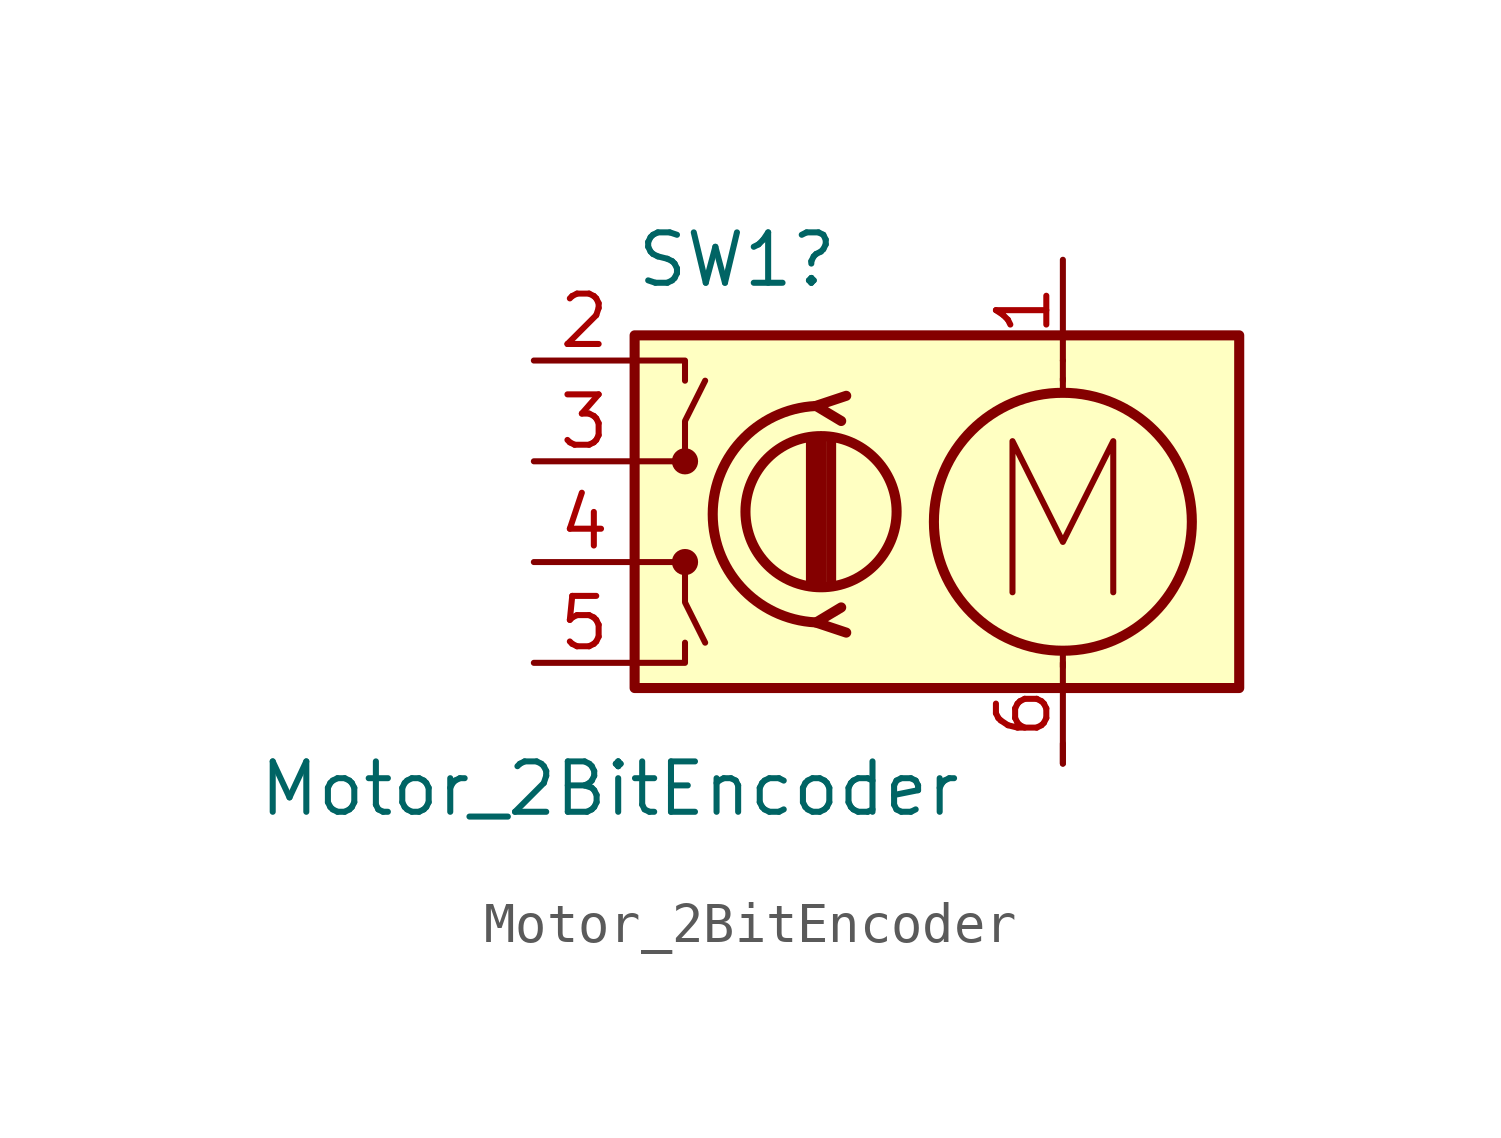
<source format=kicad_sym>
(kicad_symbol_lib
  (version 20220914)
  (generator kicad_symbol_editor)
  (symbol "Motor_2BitEncoder"
    (pin_names
      (offset 0.254) hide)
    (property "Reference" "SW1"
      (at -5.08 6.35 0)
      (effects (font (size 1.27 1.27)) (justify left)))
    (property "Value" "Motor_2BitEncoder"
      (at -14.605 -6.985 0)
      (effects (font (size 1.27 1.27)) (justify left)))
    (symbol "Motor_2BitEncoder_0_0"
      (polyline (pts (xy 4.445 -2.032) (xy 4.445 1.778) (xy 5.715 -0.762) (xy 6.985 1.778) (xy 6.985 -2.032)) (stroke (width 0) (type default)) (fill (type none))))
    (symbol "Motor_2BitEncoder_0_1"
      (rectangle (start -5.08 4.445) (end 10.16 -4.445) (stroke (width 0.254) (type default)) (fill (type background)))
      (circle (center -3.81 -1.27) (radius 0.254) (stroke (width 0) (type default)) (fill (type outline)))
      (circle (center -3.81 1.27) (radius 0.254) (stroke (width 0) (type default)) (fill (type outline)))
      (circle (center -0.381 0) (radius 1.905) (stroke (width 0.254) (type default)) (fill (type none)))
      (arc (start -0.381 2.667) (mid -3.0988 -0.0635) (end -0.381 -2.794) (stroke (width 0.254) (type default)) (fill (type none)))
      (polyline (pts (xy -0.635 -1.778) (xy -0.635 1.778)) (stroke (width 0.254) (type default)) (fill (type none)))
      (polyline (pts (xy -0.381 -1.778) (xy -0.381 1.778)) (stroke (width 0.254) (type default)) (fill (type none)))
      (polyline (pts (xy -0.127 1.778) (xy -0.127 -1.778)) (stroke (width 0.254) (type default)) (fill (type none)))
      (polyline (pts (xy 5.715 -6.35) (xy 5.715 -5.842)) (stroke (width 0) (type default)) (fill (type none)))
      (polyline (pts (xy 5.715 -3.505) (xy 5.715 -3.912)) (stroke (width 0) (type default)) (fill (type none)))
      (polyline (pts (xy 5.715 2.997) (xy 5.715 3.353)) (stroke (width 0) (type default)) (fill (type none)))
      (polyline (pts (xy 5.715 3.302) (xy 5.715 3.81)) (stroke (width 0) (type default)) (fill (type none)))
      (polyline (pts (xy -5.08 -3.81) (xy -3.81 -3.81) (xy -3.81 -3.302)) (stroke (width 0) (type default)) (fill (type none)))
      (polyline (pts (xy -5.08 3.81) (xy -3.81 3.81) (xy -3.81 3.302)) (stroke (width 0) (type default)) (fill (type none)))
      (polyline (pts (xy 0.254 -3.048) (xy -0.508 -2.794) (xy 0.127 -2.413)) (stroke (width 0.254) (type default)) (fill (type none)))
      (polyline (pts (xy 0.254 2.921) (xy -0.508 2.667) (xy 0.127 2.286)) (stroke (width 0.254) (type default)) (fill (type none)))
      (polyline (pts (xy -5.08 -1.27) (xy -3.81 -1.27) (xy -3.81 -2.286) (xy -3.302 -3.302)) (stroke (width 0) (type default)) (fill (type none)))
      (polyline (pts (xy -5.08 1.27) (xy -3.81 1.27) (xy -3.81 2.286) (xy -3.302 3.302)) (stroke (width 0) (type default)) (fill (type none)))
      (circle (center 5.715 -0.254) (radius 3.251) (stroke (width 0.254) (type default)) (fill (type none))))
    (symbol "Motor_2BitEncoder_1_1"
      (pin passive line (at 5.715 6.35 270) (length 2.54) (name "M1" (effects (font (size 1.27 1.27)))) (number "1" (effects (font (size 1.27 1.27)))))
      (pin passive line (at -7.62 3.81 0) (length 2.54) (name "VCC" (effects (font (size 1.27 1.27)))) (number "2" (effects (font (size 1.27 1.27)))))
      (pin passive line (at -7.62 1.27 0) (length 2.54) (name "C2" (effects (font (size 1.27 1.27)))) (number "3" (effects (font (size 1.27 1.27)))))
      (pin passive line (at -7.62 -1.27 0) (length 2.54) (name "C1" (effects (font (size 1.27 1.27)))) (number "4" (effects (font (size 1.27 1.27)))))
      (pin passive line (at -7.62 -3.81 0) (length 2.54) (name "GND" (effects (font (size 1.27 1.27)))) (number "5" (effects (font (size 1.27 1.27)))))
      (pin passive line (at 5.715 -6.35 90) (length 2.54) (name "M2" (effects (font (size 1.27 1.27)))) (number "6" (effects (font (size 1.27 1.27))))))))
</source>
